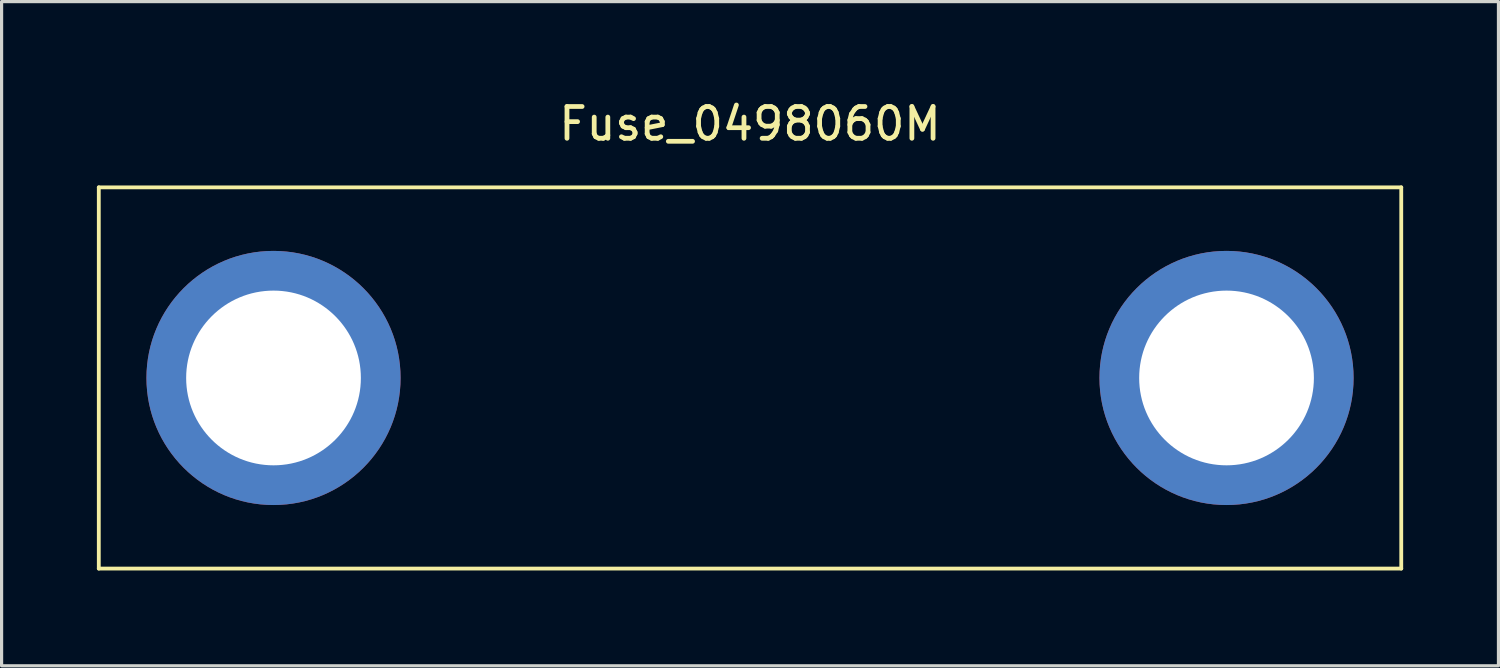
<source format=kicad_pcb>
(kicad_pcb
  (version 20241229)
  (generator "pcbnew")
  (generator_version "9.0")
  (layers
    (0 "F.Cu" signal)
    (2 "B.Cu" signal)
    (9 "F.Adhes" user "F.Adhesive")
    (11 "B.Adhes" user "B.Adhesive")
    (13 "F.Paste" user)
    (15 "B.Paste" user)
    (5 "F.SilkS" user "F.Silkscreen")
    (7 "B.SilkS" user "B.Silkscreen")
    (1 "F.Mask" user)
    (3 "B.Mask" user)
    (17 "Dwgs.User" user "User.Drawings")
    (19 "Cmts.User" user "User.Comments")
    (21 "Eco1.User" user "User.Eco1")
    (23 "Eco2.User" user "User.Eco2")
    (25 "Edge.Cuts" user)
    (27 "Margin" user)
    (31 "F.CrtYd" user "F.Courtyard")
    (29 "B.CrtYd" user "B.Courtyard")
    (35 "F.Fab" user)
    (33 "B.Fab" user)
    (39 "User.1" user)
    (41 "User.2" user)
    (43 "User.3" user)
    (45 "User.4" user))
  (footprint "Fuse_0498060M"
    (layer "F.Cu")
    (at 20.56 8.848)
    (property "Reference" "Fuse_0498060M" (at 0 -8 0) (layer "F.SilkS") (effects (font (size 1 1) (thickness 0.15))))
    (attr through_hole)
    (fp_line (start -20.5 -6) (end 20.5 -6) (stroke (width 0.12) (type solid)) (layer "F.SilkS"))
    (fp_line (start -20.5 6) (end -20.5 -6) (stroke (width 0.12) (type solid)) (layer "F.SilkS"))
    (fp_line (start 20.5 -6) (end 20.5 6) (stroke (width 0.12) (type solid)) (layer "F.SilkS"))
    (fp_line (start 20.5 6) (end -20.5 6) (stroke (width 0.12) (type solid)) (layer "F.SilkS"))
    (pad "1" thru_hole circle (at -15 0) (size 8 8) (drill 5.5) (layers "*.Cu" "*.Mask"))
    (pad "2" thru_hole circle (at 15 0) (size 8 8) (drill 5.5) (layers "*.Cu" "*.Mask")))
  (gr_rect
    (start -3 -3)
    (end 44.12 17.908)
    (stroke (width 0.1) (type default))
    (fill no)
    (layer "Edge.Cuts")))
</source>
